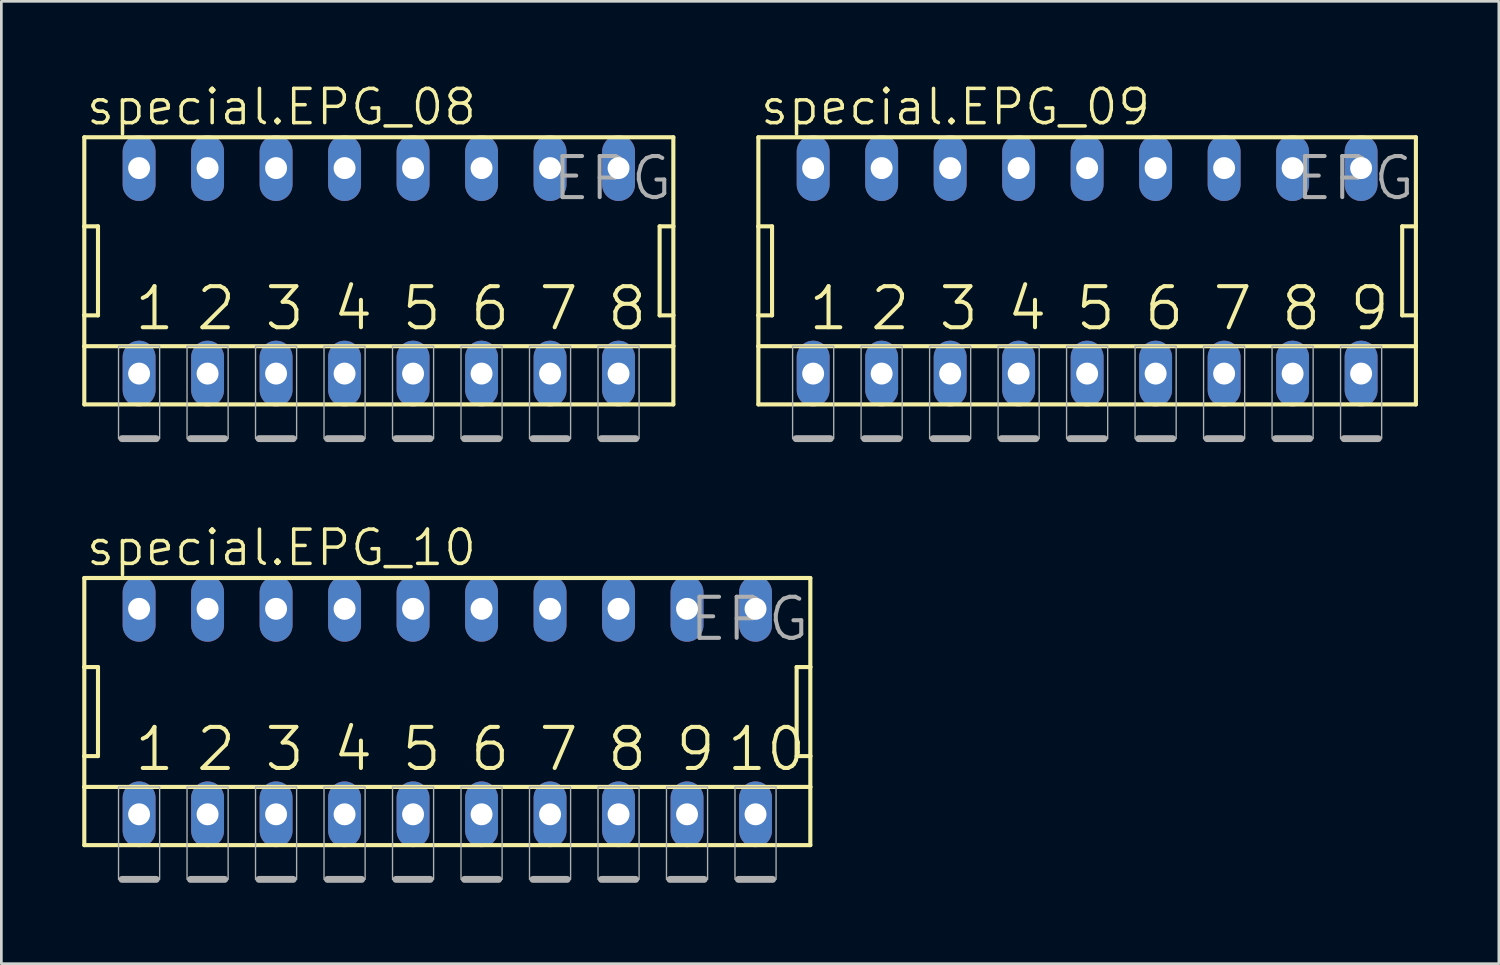
<source format=kicad_pcb>
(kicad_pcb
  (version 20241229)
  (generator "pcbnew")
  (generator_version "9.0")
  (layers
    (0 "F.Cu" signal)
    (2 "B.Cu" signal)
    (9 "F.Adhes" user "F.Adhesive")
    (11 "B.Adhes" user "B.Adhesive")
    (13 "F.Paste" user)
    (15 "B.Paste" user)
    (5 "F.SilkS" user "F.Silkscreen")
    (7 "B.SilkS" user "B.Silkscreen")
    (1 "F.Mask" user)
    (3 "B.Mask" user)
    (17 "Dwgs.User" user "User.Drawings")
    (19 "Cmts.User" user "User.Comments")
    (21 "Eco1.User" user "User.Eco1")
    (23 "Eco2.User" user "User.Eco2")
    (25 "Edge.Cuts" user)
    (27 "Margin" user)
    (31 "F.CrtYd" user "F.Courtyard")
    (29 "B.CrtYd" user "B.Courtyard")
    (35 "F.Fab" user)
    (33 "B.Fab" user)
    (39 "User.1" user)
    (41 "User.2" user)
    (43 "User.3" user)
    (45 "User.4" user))
  (footprint "special.EPG_10"
    (layer "F.Cu")
    (at 13.538 23.338)
    (property "Reference" "special.EPG_10" (at -13.462 -5.334 0) (layer "F.SilkS") (effects (font (size 1.27 1.27) (thickness 0.13)) (justify left bottom)))
    (attr through_hole)
    (fp_line (start -13.462 -4.953) (end -13.462 -1.651) (stroke (width 0.152) (type default)) (layer "F.SilkS"))
    (fp_line (start -13.462 -1.651) (end -13.462 1.651) (stroke (width 0.152) (type default)) (layer "F.SilkS"))
    (fp_line (start -13.462 1.651) (end -13.462 2.794) (stroke (width 0.152) (type default)) (layer "F.SilkS"))
    (fp_line (start -13.462 1.651) (end -12.954 1.651) (stroke (width 0.152) (type default)) (layer "F.SilkS"))
    (fp_line (start -13.462 2.794) (end -13.462 4.953) (stroke (width 0.152) (type default)) (layer "F.SilkS"))
    (fp_line (start -13.462 2.794) (end 13.462 2.794) (stroke (width 0.152) (type default)) (layer "F.SilkS"))
    (fp_line (start -13.462 4.953) (end 13.462 4.953) (stroke (width 0.152) (type default)) (layer "F.SilkS"))
    (fp_line (start -12.954 -1.651) (end -13.462 -1.651) (stroke (width 0.152) (type default)) (layer "F.SilkS"))
    (fp_line (start -12.954 1.651) (end -12.954 -1.651) (stroke (width 0.152) (type default)) (layer "F.SilkS"))
    (fp_line (start 12.954 -1.651) (end 12.954 1.651) (stroke (width 0.152) (type default)) (layer "F.SilkS"))
    (fp_line (start 12.954 1.651) (end 13.462 1.651) (stroke (width 0.152) (type default)) (layer "F.SilkS"))
    (fp_line (start 13.462 -4.953) (end -13.462 -4.953) (stroke (width 0.152) (type default)) (layer "F.SilkS"))
    (fp_line (start 13.462 -1.651) (end 12.954 -1.651) (stroke (width 0.152) (type default)) (layer "F.SilkS"))
    (fp_line (start 13.462 -1.651) (end 13.462 -4.953) (stroke (width 0.152) (type default)) (layer "F.SilkS"))
    (fp_line (start 13.462 1.651) (end 13.462 -1.651) (stroke (width 0.152) (type default)) (layer "F.SilkS"))
    (fp_line (start 13.462 2.794) (end 13.462 1.651) (stroke (width 0.152) (type default)) (layer "F.SilkS"))
    (fp_line (start 13.462 4.953) (end 13.462 2.794) (stroke (width 0.152) (type default)) (layer "F.SilkS"))
    (fp_line (start -12.065 6.223) (end -10.795 6.223) (stroke (width 0.254) (type default)) (layer "F.Fab"))
    (fp_line (start -9.525 6.223) (end -8.255 6.223) (stroke (width 0.254) (type default)) (layer "F.Fab"))
    (fp_line (start -6.985 6.223) (end -5.715 6.223) (stroke (width 0.254) (type default)) (layer "F.Fab"))
    (fp_line (start -4.445 6.223) (end -3.175 6.223) (stroke (width 0.254) (type default)) (layer "F.Fab"))
    (fp_line (start -1.905 6.223) (end -0.635 6.223) (stroke (width 0.254) (type default)) (layer "F.Fab"))
    (fp_line (start 0.635 6.223) (end 1.905 6.223) (stroke (width 0.254) (type default)) (layer "F.Fab"))
    (fp_line (start 3.175 6.223) (end 4.445 6.223) (stroke (width 0.254) (type default)) (layer "F.Fab"))
    (fp_line (start 5.715 6.223) (end 6.985 6.223) (stroke (width 0.254) (type default)) (layer "F.Fab"))
    (fp_line (start 8.255 6.223) (end 9.525 6.223) (stroke (width 0.254) (type default)) (layer "F.Fab"))
    (fp_line (start 10.795 6.223) (end 12.065 6.223) (stroke (width 0.254) (type default)) (layer "F.Fab"))
    (fp_rect (start -12.192 6.223) (end -10.668 2.794) (stroke (width 0.05) (type default)) (fill no) (layer "F.Fab"))
    (fp_rect (start -9.652 6.223) (end -8.128 2.794) (stroke (width 0.05) (type default)) (fill no) (layer "F.Fab"))
    (fp_rect (start -7.112 6.223) (end -5.588 2.794) (stroke (width 0.05) (type default)) (fill no) (layer "F.Fab"))
    (fp_rect (start -4.572 6.223) (end -3.048 2.794) (stroke (width 0.05) (type default)) (fill no) (layer "F.Fab"))
    (fp_rect (start -2.032 6.223) (end -0.508 2.794) (stroke (width 0.05) (type default)) (fill no) (layer "F.Fab"))
    (fp_rect (start 0.508 6.223) (end 2.032 2.794) (stroke (width 0.05) (type default)) (fill no) (layer "F.Fab"))
    (fp_rect (start 3.048 6.223) (end 4.572 2.794) (stroke (width 0.05) (type default)) (fill no) (layer "F.Fab"))
    (fp_rect (start 5.588 6.223) (end 7.112 2.794) (stroke (width 0.05) (type default)) (fill no) (layer "F.Fab"))
    (fp_rect (start 8.128 6.223) (end 9.652 2.794) (stroke (width 0.05) (type default)) (fill no) (layer "F.Fab"))
    (fp_rect (start 10.668 6.223) (end 12.192 2.794) (stroke (width 0.05) (type default)) (fill no) (layer "F.Fab"))
    (fp_text user "4" (at -4.318 2.286 0) (layer "F.SilkS") (effects (font (size 1.524 1.524) (thickness 0.15)) (justify left bottom)))
    (fp_text user "10" (at 10.287 2.286 0) (layer "F.SilkS") (effects (font (size 1.524 1.524) (thickness 0.15)) (justify left bottom)))
    (fp_text user "1" (at -11.684 2.286 0) (layer "F.SilkS") (effects (font (size 1.524 1.524) (thickness 0.15)) (justify left bottom)))
    (fp_text user "2" (at -9.398 2.286 0) (layer "F.SilkS") (effects (font (size 1.524 1.524) (thickness 0.15)) (justify left bottom)))
    (fp_text user "3" (at -6.858 2.286 0) (layer "F.SilkS") (effects (font (size 1.524 1.524) (thickness 0.15)) (justify left bottom)))
    (fp_text user "6" (at 0.762 2.286 0) (layer "F.SilkS") (effects (font (size 1.524 1.524) (thickness 0.15)) (justify left bottom)))
    (fp_text user "9" (at 8.382 2.286 0) (layer "F.SilkS") (effects (font (size 1.524 1.524) (thickness 0.15)) (justify left bottom)))
    (fp_text user "5" (at -1.778 2.286 0) (layer "F.SilkS") (effects (font (size 1.524 1.524) (thickness 0.15)) (justify left bottom)))
    (fp_text user "7" (at 3.302 2.286 0) (layer "F.SilkS") (effects (font (size 1.524 1.524) (thickness 0.15)) (justify left bottom)))
    (fp_text user "8" (at 5.842 2.286 0) (layer "F.SilkS") (effects (font (size 1.524 1.524) (thickness 0.15)) (justify left bottom)))
    (fp_text user "EPG" (at 8.89 -2.54 0) (layer "F.Fab") (effects (font (size 1.524 1.524) (thickness 0.15)) (justify left bottom)))
    (pad "1" thru_hole oval (at -11.43 3.81 90) (size 2.438 1.219) (drill 0.813) (layers "*.Cu" "*.Mask"))
    (pad "2" thru_hole oval (at -8.89 3.81 90) (size 2.438 1.219) (drill 0.813) (layers "*.Cu" "*.Mask"))
    (pad "3" thru_hole oval (at -6.35 3.81 90) (size 2.438 1.219) (drill 0.813) (layers "*.Cu" "*.Mask"))
    (pad "4" thru_hole oval (at -3.81 3.81 90) (size 2.438 1.219) (drill 0.813) (layers "*.Cu" "*.Mask"))
    (pad "5" thru_hole oval (at -1.27 3.81 90) (size 2.438 1.219) (drill 0.813) (layers "*.Cu" "*.Mask"))
    (pad "6" thru_hole oval (at 1.27 3.81 90) (size 2.438 1.219) (drill 0.813) (layers "*.Cu" "*.Mask"))
    (pad "7" thru_hole oval (at 3.81 3.81 90) (size 2.438 1.219) (drill 0.813) (layers "*.Cu" "*.Mask"))
    (pad "8" thru_hole oval (at 6.35 3.81 90) (size 2.438 1.219) (drill 0.813) (layers "*.Cu" "*.Mask"))
    (pad "9" thru_hole oval (at 8.89 3.81 90) (size 2.438 1.219) (drill 0.813) (layers "*.Cu" "*.Mask"))
    (pad "10" thru_hole oval (at 11.43 3.81 90) (size 2.438 1.219) (drill 0.813) (layers "*.Cu" "*.Mask"))
    (pad "11" thru_hole oval (at 11.43 -3.81 90) (size 2.438 1.219) (drill 0.813) (layers "*.Cu" "*.Mask"))
    (pad "12" thru_hole oval (at 8.89 -3.81 90) (size 2.438 1.219) (drill 0.813) (layers "*.Cu" "*.Mask"))
    (pad "13" thru_hole oval (at 6.35 -3.81 90) (size 2.438 1.219) (drill 0.813) (layers "*.Cu" "*.Mask"))
    (pad "14" thru_hole oval (at 3.81 -3.81 90) (size 2.438 1.219) (drill 0.813) (layers "*.Cu" "*.Mask"))
    (pad "15" thru_hole oval (at 1.27 -3.81 90) (size 2.438 1.219) (drill 0.813) (layers "*.Cu" "*.Mask"))
    (pad "16" thru_hole oval (at -1.27 -3.81 90) (size 2.438 1.219) (drill 0.813) (layers "*.Cu" "*.Mask"))
    (pad "17" thru_hole oval (at -3.81 -3.81 90) (size 2.438 1.219) (drill 0.813) (layers "*.Cu" "*.Mask"))
    (pad "18" thru_hole oval (at -6.35 -3.81 90) (size 2.438 1.219) (drill 0.813) (layers "*.Cu" "*.Mask"))
    (pad "19" thru_hole oval (at -8.89 -3.81 90) (size 2.438 1.219) (drill 0.813) (layers "*.Cu" "*.Mask"))
    (pad "20" thru_hole oval (at -11.43 -3.81 90) (size 2.438 1.219) (drill 0.813) (layers "*.Cu" "*.Mask")))
  (footprint "special.EPG_09"
    (layer "F.Cu")
    (at 37.265 6.994)
    (property "Reference" "special.EPG_09" (at -12.192 -5.334 0) (layer "F.SilkS") (effects (font (size 1.27 1.27) (thickness 0.13)) (justify left bottom)))
    (attr through_hole)
    (fp_line (start -12.192 -4.953) (end -12.192 -1.651) (stroke (width 0.152) (type default)) (layer "F.SilkS"))
    (fp_line (start -12.192 -1.651) (end -12.192 1.651) (stroke (width 0.152) (type default)) (layer "F.SilkS"))
    (fp_line (start -12.192 1.651) (end -12.192 2.794) (stroke (width 0.152) (type default)) (layer "F.SilkS"))
    (fp_line (start -12.192 1.651) (end -11.684 1.651) (stroke (width 0.152) (type default)) (layer "F.SilkS"))
    (fp_line (start -12.192 2.794) (end -12.192 4.953) (stroke (width 0.152) (type default)) (layer "F.SilkS"))
    (fp_line (start -12.192 2.794) (end 12.192 2.794) (stroke (width 0.152) (type default)) (layer "F.SilkS"))
    (fp_line (start -12.192 4.953) (end 12.192 4.953) (stroke (width 0.152) (type default)) (layer "F.SilkS"))
    (fp_line (start -11.684 -1.651) (end -12.192 -1.651) (stroke (width 0.152) (type default)) (layer "F.SilkS"))
    (fp_line (start -11.684 1.651) (end -11.684 -1.651) (stroke (width 0.152) (type default)) (layer "F.SilkS"))
    (fp_line (start 11.684 -1.651) (end 11.684 1.651) (stroke (width 0.152) (type default)) (layer "F.SilkS"))
    (fp_line (start 11.684 1.651) (end 12.192 1.651) (stroke (width 0.152) (type default)) (layer "F.SilkS"))
    (fp_line (start 12.192 -4.953) (end -12.192 -4.953) (stroke (width 0.152) (type default)) (layer "F.SilkS"))
    (fp_line (start 12.192 -1.651) (end 11.684 -1.651) (stroke (width 0.152) (type default)) (layer "F.SilkS"))
    (fp_line (start 12.192 -1.651) (end 12.192 -4.953) (stroke (width 0.152) (type default)) (layer "F.SilkS"))
    (fp_line (start 12.192 1.651) (end 12.192 -1.651) (stroke (width 0.152) (type default)) (layer "F.SilkS"))
    (fp_line (start 12.192 2.794) (end 12.192 1.651) (stroke (width 0.152) (type default)) (layer "F.SilkS"))
    (fp_line (start 12.192 4.953) (end 12.192 2.794) (stroke (width 0.152) (type default)) (layer "F.SilkS"))
    (fp_line (start -10.795 6.223) (end -9.525 6.223) (stroke (width 0.254) (type default)) (layer "F.Fab"))
    (fp_line (start -8.255 6.223) (end -6.985 6.223) (stroke (width 0.254) (type default)) (layer "F.Fab"))
    (fp_line (start -5.715 6.223) (end -4.445 6.223) (stroke (width 0.254) (type default)) (layer "F.Fab"))
    (fp_line (start -3.175 6.223) (end -1.905 6.223) (stroke (width 0.254) (type default)) (layer "F.Fab"))
    (fp_line (start -0.635 6.223) (end 0.635 6.223) (stroke (width 0.254) (type default)) (layer "F.Fab"))
    (fp_line (start 1.905 6.223) (end 3.175 6.223) (stroke (width 0.254) (type default)) (layer "F.Fab"))
    (fp_line (start 4.445 6.223) (end 5.715 6.223) (stroke (width 0.254) (type default)) (layer "F.Fab"))
    (fp_line (start 6.985 6.223) (end 8.255 6.223) (stroke (width 0.254) (type default)) (layer "F.Fab"))
    (fp_line (start 9.525 6.223) (end 10.795 6.223) (stroke (width 0.254) (type default)) (layer "F.Fab"))
    (fp_rect (start -10.922 6.223) (end -9.398 2.794) (stroke (width 0.05) (type default)) (fill no) (layer "F.Fab"))
    (fp_rect (start -8.382 6.223) (end -6.858 2.794) (stroke (width 0.05) (type default)) (fill no) (layer "F.Fab"))
    (fp_rect (start -5.842 6.223) (end -4.318 2.794) (stroke (width 0.05) (type default)) (fill no) (layer "F.Fab"))
    (fp_rect (start -3.302 6.223) (end -1.778 2.794) (stroke (width 0.05) (type default)) (fill no) (layer "F.Fab"))
    (fp_rect (start -0.762 6.223) (end 0.762 2.794) (stroke (width 0.05) (type default)) (fill no) (layer "F.Fab"))
    (fp_rect (start 1.778 6.223) (end 3.302 2.794) (stroke (width 0.05) (type default)) (fill no) (layer "F.Fab"))
    (fp_rect (start 4.318 6.223) (end 5.842 2.794) (stroke (width 0.05) (type default)) (fill no) (layer "F.Fab"))
    (fp_rect (start 6.858 6.223) (end 8.382 2.794) (stroke (width 0.05) (type default)) (fill no) (layer "F.Fab"))
    (fp_rect (start 9.398 6.223) (end 10.922 2.794) (stroke (width 0.05) (type default)) (fill no) (layer "F.Fab"))
    (fp_text user "6" (at 2.032 2.286 0) (layer "F.SilkS") (effects (font (size 1.524 1.524) (thickness 0.15)) (justify left bottom)))
    (fp_text user "7" (at 4.572 2.286 0) (layer "F.SilkS") (effects (font (size 1.524 1.524) (thickness 0.15)) (justify left bottom)))
    (fp_text user "5" (at -0.508 2.286 0) (layer "F.SilkS") (effects (font (size 1.524 1.524) (thickness 0.15)) (justify left bottom)))
    (fp_text user "9" (at 9.652 2.286 0) (layer "F.SilkS") (effects (font (size 1.524 1.524) (thickness 0.15)) (justify left bottom)))
    (fp_text user "1" (at -10.414 2.286 0) (layer "F.SilkS") (effects (font (size 1.524 1.524) (thickness 0.15)) (justify left bottom)))
    (fp_text user "8" (at 7.112 2.286 0) (layer "F.SilkS") (effects (font (size 1.524 1.524) (thickness 0.15)) (justify left bottom)))
    (fp_text user "4" (at -3.048 2.286 0) (layer "F.SilkS") (effects (font (size 1.524 1.524) (thickness 0.15)) (justify left bottom)))
    (fp_text user "3" (at -5.588 2.286 0) (layer "F.SilkS") (effects (font (size 1.524 1.524) (thickness 0.15)) (justify left bottom)))
    (fp_text user "2" (at -8.128 2.286 0) (layer "F.SilkS") (effects (font (size 1.524 1.524) (thickness 0.15)) (justify left bottom)))
    (fp_text user "EPG" (at 7.62 -2.54 0) (layer "F.Fab") (effects (font (size 1.524 1.524) (thickness 0.15)) (justify left bottom)))
    (pad "1" thru_hole oval (at -10.16 3.81 90) (size 2.438 1.219) (drill 0.813) (layers "*.Cu" "*.Mask"))
    (pad "2" thru_hole oval (at -7.62 3.81 90) (size 2.438 1.219) (drill 0.813) (layers "*.Cu" "*.Mask"))
    (pad "3" thru_hole oval (at -5.08 3.81 90) (size 2.438 1.219) (drill 0.813) (layers "*.Cu" "*.Mask"))
    (pad "4" thru_hole oval (at -2.54 3.81 90) (size 2.438 1.219) (drill 0.813) (layers "*.Cu" "*.Mask"))
    (pad "5" thru_hole oval (at 0 3.81 90) (size 2.438 1.219) (drill 0.813) (layers "*.Cu" "*.Mask"))
    (pad "6" thru_hole oval (at 2.54 3.81 90) (size 2.438 1.219) (drill 0.813) (layers "*.Cu" "*.Mask"))
    (pad "7" thru_hole oval (at 5.08 3.81 90) (size 2.438 1.219) (drill 0.813) (layers "*.Cu" "*.Mask"))
    (pad "8" thru_hole oval (at 7.62 3.81 90) (size 2.438 1.219) (drill 0.813) (layers "*.Cu" "*.Mask"))
    (pad "9" thru_hole oval (at 10.16 3.81 90) (size 2.438 1.219) (drill 0.813) (layers "*.Cu" "*.Mask"))
    (pad "10" thru_hole oval (at 10.16 -3.81 90) (size 2.438 1.219) (drill 0.813) (layers "*.Cu" "*.Mask"))
    (pad "11" thru_hole oval (at 7.62 -3.81 90) (size 2.438 1.219) (drill 0.813) (layers "*.Cu" "*.Mask"))
    (pad "12" thru_hole oval (at 5.08 -3.81 90) (size 2.438 1.219) (drill 0.813) (layers "*.Cu" "*.Mask"))
    (pad "13" thru_hole oval (at 2.54 -3.81 90) (size 2.438 1.219) (drill 0.813) (layers "*.Cu" "*.Mask"))
    (pad "14" thru_hole oval (at 0 -3.81 90) (size 2.438 1.219) (drill 0.813) (layers "*.Cu" "*.Mask"))
    (pad "15" thru_hole oval (at -2.54 -3.81 90) (size 2.438 1.219) (drill 0.813) (layers "*.Cu" "*.Mask"))
    (pad "16" thru_hole oval (at -5.08 -3.81 90) (size 2.438 1.219) (drill 0.813) (layers "*.Cu" "*.Mask"))
    (pad "17" thru_hole oval (at -7.62 -3.81 90) (size 2.438 1.219) (drill 0.813) (layers "*.Cu" "*.Mask"))
    (pad "18" thru_hole oval (at -10.16 -3.81 90) (size 2.438 1.219) (drill 0.813) (layers "*.Cu" "*.Mask")))
  (footprint "special.EPG_08"
    (layer "F.Cu")
    (at 10.998 6.994)
    (property "Reference" "special.EPG_08" (at -10.922 -5.334 0) (layer "F.SilkS") (effects (font (size 1.27 1.27) (thickness 0.13)) (justify left bottom)))
    (attr through_hole)
    (fp_line (start -10.922 -4.953) (end -10.922 -1.651) (stroke (width 0.152) (type default)) (layer "F.SilkS"))
    (fp_line (start -10.922 -1.651) (end -10.922 1.651) (stroke (width 0.152) (type default)) (layer "F.SilkS"))
    (fp_line (start -10.922 1.651) (end -10.922 2.794) (stroke (width 0.152) (type default)) (layer "F.SilkS"))
    (fp_line (start -10.922 1.651) (end -10.414 1.651) (stroke (width 0.152) (type default)) (layer "F.SilkS"))
    (fp_line (start -10.922 2.794) (end -10.922 4.953) (stroke (width 0.152) (type default)) (layer "F.SilkS"))
    (fp_line (start -10.922 2.794) (end 10.922 2.794) (stroke (width 0.152) (type default)) (layer "F.SilkS"))
    (fp_line (start -10.922 4.953) (end 10.922 4.953) (stroke (width 0.152) (type default)) (layer "F.SilkS"))
    (fp_line (start -10.414 -1.651) (end -10.922 -1.651) (stroke (width 0.152) (type default)) (layer "F.SilkS"))
    (fp_line (start -10.414 1.651) (end -10.414 -1.651) (stroke (width 0.152) (type default)) (layer "F.SilkS"))
    (fp_line (start 10.414 -1.651) (end 10.414 1.651) (stroke (width 0.152) (type default)) (layer "F.SilkS"))
    (fp_line (start 10.414 1.651) (end 10.922 1.651) (stroke (width 0.152) (type default)) (layer "F.SilkS"))
    (fp_line (start 10.922 -4.953) (end -10.922 -4.953) (stroke (width 0.152) (type default)) (layer "F.SilkS"))
    (fp_line (start 10.922 -1.651) (end 10.414 -1.651) (stroke (width 0.152) (type default)) (layer "F.SilkS"))
    (fp_line (start 10.922 -1.651) (end 10.922 -4.953) (stroke (width 0.152) (type default)) (layer "F.SilkS"))
    (fp_line (start 10.922 1.651) (end 10.922 -1.651) (stroke (width 0.152) (type default)) (layer "F.SilkS"))
    (fp_line (start 10.922 2.794) (end 10.922 1.651) (stroke (width 0.152) (type default)) (layer "F.SilkS"))
    (fp_line (start 10.922 4.953) (end 10.922 2.794) (stroke (width 0.152) (type default)) (layer "F.SilkS"))
    (fp_line (start -9.525 6.223) (end -8.255 6.223) (stroke (width 0.254) (type default)) (layer "F.Fab"))
    (fp_line (start -6.985 6.223) (end -5.715 6.223) (stroke (width 0.254) (type default)) (layer "F.Fab"))
    (fp_line (start -4.445 6.223) (end -3.175 6.223) (stroke (width 0.254) (type default)) (layer "F.Fab"))
    (fp_line (start -1.905 6.223) (end -0.635 6.223) (stroke (width 0.254) (type default)) (layer "F.Fab"))
    (fp_line (start 0.635 6.223) (end 1.905 6.223) (stroke (width 0.254) (type default)) (layer "F.Fab"))
    (fp_line (start 3.175 6.223) (end 4.445 6.223) (stroke (width 0.254) (type default)) (layer "F.Fab"))
    (fp_line (start 5.715 6.223) (end 6.985 6.223) (stroke (width 0.254) (type default)) (layer "F.Fab"))
    (fp_line (start 8.255 6.223) (end 9.525 6.223) (stroke (width 0.254) (type default)) (layer "F.Fab"))
    (fp_rect (start -9.652 6.223) (end -8.128 2.794) (stroke (width 0.05) (type default)) (fill no) (layer "F.Fab"))
    (fp_rect (start -7.112 6.223) (end -5.588 2.794) (stroke (width 0.05) (type default)) (fill no) (layer "F.Fab"))
    (fp_rect (start -4.572 6.223) (end -3.048 2.794) (stroke (width 0.05) (type default)) (fill no) (layer "F.Fab"))
    (fp_rect (start -2.032 6.223) (end -0.508 2.794) (stroke (width 0.05) (type default)) (fill no) (layer "F.Fab"))
    (fp_rect (start 0.508 6.223) (end 2.032 2.794) (stroke (width 0.05) (type default)) (fill no) (layer "F.Fab"))
    (fp_rect (start 3.048 6.223) (end 4.572 2.794) (stroke (width 0.05) (type default)) (fill no) (layer "F.Fab"))
    (fp_rect (start 5.588 6.223) (end 7.112 2.794) (stroke (width 0.05) (type default)) (fill no) (layer "F.Fab"))
    (fp_rect (start 8.128 6.223) (end 9.652 2.794) (stroke (width 0.05) (type default)) (fill no) (layer "F.Fab"))
    (fp_text user "2" (at -6.858 2.286 0) (layer "F.SilkS") (effects (font (size 1.524 1.524) (thickness 0.15)) (justify left bottom)))
    (fp_text user "8" (at 8.382 2.286 0) (layer "F.SilkS") (effects (font (size 1.524 1.524) (thickness 0.15)) (justify left bottom)))
    (fp_text user "4" (at -1.778 2.286 0) (layer "F.SilkS") (effects (font (size 1.524 1.524) (thickness 0.15)) (justify left bottom)))
    (fp_text user "5" (at 0.762 2.286 0) (layer "F.SilkS") (effects (font (size 1.524 1.524) (thickness 0.15)) (justify left bottom)))
    (fp_text user "3" (at -4.318 2.286 0) (layer "F.SilkS") (effects (font (size 1.524 1.524) (thickness 0.15)) (justify left bottom)))
    (fp_text user "1" (at -9.144 2.286 0) (layer "F.SilkS") (effects (font (size 1.524 1.524) (thickness 0.15)) (justify left bottom)))
    (fp_text user "7" (at 5.842 2.286 0) (layer "F.SilkS") (effects (font (size 1.524 1.524) (thickness 0.15)) (justify left bottom)))
    (fp_text user "6" (at 3.302 2.286 0) (layer "F.SilkS") (effects (font (size 1.524 1.524) (thickness 0.15)) (justify left bottom)))
    (fp_text user "EPG" (at 6.35 -2.54 0) (layer "F.Fab") (effects (font (size 1.524 1.524) (thickness 0.15)) (justify left bottom)))
    (pad "1" thru_hole oval (at -8.89 3.81 90) (size 2.438 1.219) (drill 0.813) (layers "*.Cu" "*.Mask"))
    (pad "2" thru_hole oval (at -6.35 3.81 90) (size 2.438 1.219) (drill 0.813) (layers "*.Cu" "*.Mask"))
    (pad "3" thru_hole oval (at -3.81 3.81 90) (size 2.438 1.219) (drill 0.813) (layers "*.Cu" "*.Mask"))
    (pad "4" thru_hole oval (at -1.27 3.81 90) (size 2.438 1.219) (drill 0.813) (layers "*.Cu" "*.Mask"))
    (pad "5" thru_hole oval (at 1.27 3.81 90) (size 2.438 1.219) (drill 0.813) (layers "*.Cu" "*.Mask"))
    (pad "6" thru_hole oval (at 3.81 3.81 90) (size 2.438 1.219) (drill 0.813) (layers "*.Cu" "*.Mask"))
    (pad "7" thru_hole oval (at 6.35 3.81 90) (size 2.438 1.219) (drill 0.813) (layers "*.Cu" "*.Mask"))
    (pad "8" thru_hole oval (at 8.89 3.81 90) (size 2.438 1.219) (drill 0.813) (layers "*.Cu" "*.Mask"))
    (pad "9" thru_hole oval (at 8.89 -3.81 90) (size 2.438 1.219) (drill 0.813) (layers "*.Cu" "*.Mask"))
    (pad "10" thru_hole oval (at 6.35 -3.81 90) (size 2.438 1.219) (drill 0.813) (layers "*.Cu" "*.Mask"))
    (pad "11" thru_hole oval (at 3.81 -3.81 90) (size 2.438 1.219) (drill 0.813) (layers "*.Cu" "*.Mask"))
    (pad "12" thru_hole oval (at 1.27 -3.81 90) (size 2.438 1.219) (drill 0.813) (layers "*.Cu" "*.Mask"))
    (pad "13" thru_hole oval (at -1.27 -3.81 90) (size 2.438 1.219) (drill 0.813) (layers "*.Cu" "*.Mask"))
    (pad "14" thru_hole oval (at -3.81 -3.81 90) (size 2.438 1.219) (drill 0.813) (layers "*.Cu" "*.Mask"))
    (pad "15" thru_hole oval (at -6.35 -3.81 90) (size 2.438 1.219) (drill 0.813) (layers "*.Cu" "*.Mask"))
    (pad "16" thru_hole oval (at -8.89 -3.81 90) (size 2.438 1.219) (drill 0.813) (layers "*.Cu" "*.Mask")))
  (gr_rect
    (start -3 -3)
    (end 52.533 32.688)
    (stroke (width 0.1) (type default))
    (fill no)
    (layer "Edge.Cuts")))
</source>
